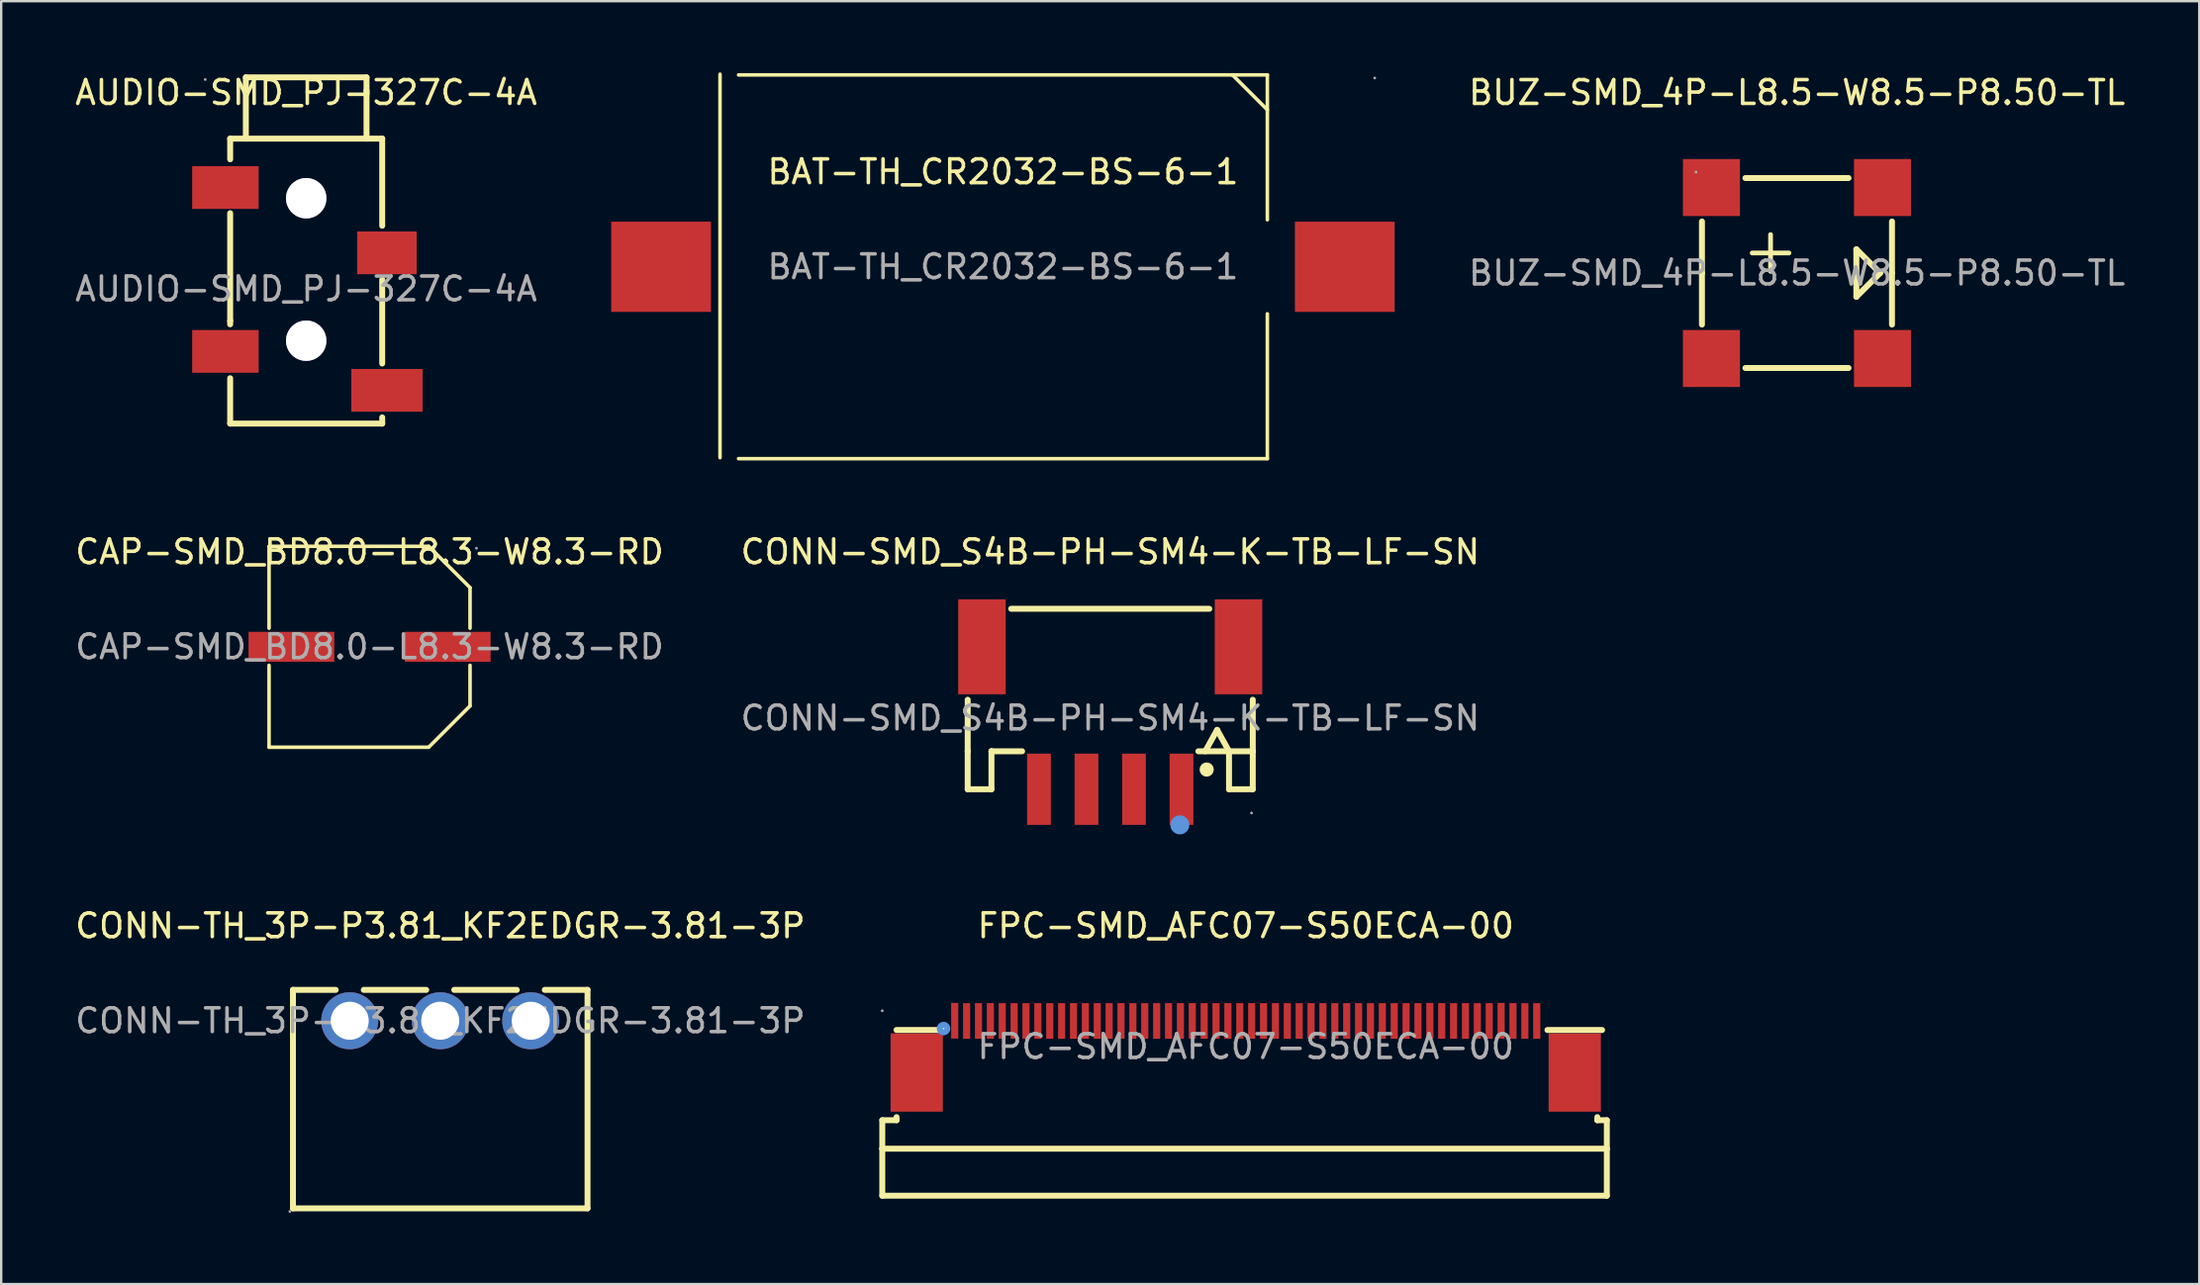
<source format=kicad_pcb>
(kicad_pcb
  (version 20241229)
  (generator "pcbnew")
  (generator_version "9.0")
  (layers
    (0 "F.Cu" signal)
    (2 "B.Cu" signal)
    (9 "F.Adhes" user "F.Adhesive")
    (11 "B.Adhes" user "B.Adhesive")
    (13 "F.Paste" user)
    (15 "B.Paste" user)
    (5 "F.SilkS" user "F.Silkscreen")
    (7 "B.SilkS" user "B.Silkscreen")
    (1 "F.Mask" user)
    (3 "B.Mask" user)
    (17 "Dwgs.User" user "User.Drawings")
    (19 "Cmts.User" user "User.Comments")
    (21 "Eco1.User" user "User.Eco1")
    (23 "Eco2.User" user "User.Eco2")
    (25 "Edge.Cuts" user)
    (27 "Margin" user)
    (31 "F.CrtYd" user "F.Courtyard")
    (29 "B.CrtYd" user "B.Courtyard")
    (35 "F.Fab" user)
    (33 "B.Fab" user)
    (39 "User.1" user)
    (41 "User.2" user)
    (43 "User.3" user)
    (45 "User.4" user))
  (footprint "FPC-SMD_AFC07-S50ECA-00"
    (layer "F.Cu")
    (at 49.389 41.026)
    (property "Reference" "FPC-SMD_AFC07-S50ECA-00" (at 0 -5.09 0) (layer "F.SilkS") (effects (font (size 1 1) (thickness 0.15))))
    (attr through_hole)
    (fp_line (start -15.3 3.1) (end -15.3 4.3) (stroke (width 0.25) (type solid)) (layer "F.SilkS"))
    (fp_line (start -15.3 4.3) (end -15.3 6.28) (stroke (width 0.25) (type solid)) (layer "F.SilkS"))
    (fp_line (start -15.3 4.3) (end 15.2 4.3) (stroke (width 0.25) (type solid)) (layer "F.SilkS"))
    (fp_line (start -15.3 6.28) (end 15.2 6.28) (stroke (width 0.25) (type solid)) (layer "F.SilkS"))
    (fp_line (start -14.7 -0.7) (end -12.63 -0.7) (stroke (width 0.25) (type solid)) (layer "F.SilkS"))
    (fp_line (start -14.7 2.97) (end -14.7 3.1) (stroke (width 0.25) (type solid)) (layer "F.SilkS"))
    (fp_line (start -14.7 3.1) (end -15.3 3.1) (stroke (width 0.25) (type solid)) (layer "F.SilkS"))
    (fp_line (start 12.7 -0.7) (end 15 -0.7) (stroke (width 0.25) (type solid)) (layer "F.SilkS"))
    (fp_line (start 14.8 2.97) (end 14.8 3.1) (stroke (width 0.25) (type solid)) (layer "F.SilkS"))
    (fp_line (start 14.8 3.1) (end 15.2 3.1) (stroke (width 0.25) (type solid)) (layer "F.SilkS"))
    (fp_line (start 15.2 3.1) (end 15.2 4.3) (stroke (width 0.25) (type solid)) (layer "F.SilkS"))
    (fp_line (start 15.2 4.3) (end 15.2 6.28) (stroke (width 0.25) (type solid)) (layer "F.SilkS"))
    (fp_circle (center -12.72 -0.76) (end -12.56 -0.76) (stroke (width 0.25) (type solid)) (fill no) (layer "Cmts.User"))
    (fp_circle (center -15.3 -1.51) (end -15.27 -1.51) (stroke (width 0.06) (type solid)) (fill no) (layer "F.Fab"))
    (fp_text user "${REFERENCE}" (at 0 0 0) (layer "F.Fab") (effects (font (size 1 1) (thickness 0.15))))
    (pad "1" smd rect (at -12.25 -1.09) (size 0.3 1.5) (layers "F.Cu" "F.Mask" "F.Paste"))
    (pad "2" smd rect (at -11.75 -1.08) (size 0.3 1.5) (layers "F.Cu" "F.Mask" "F.Paste"))
    (pad "3" smd rect (at -11.25 -1.08) (size 0.3 1.5) (layers "F.Cu" "F.Mask" "F.Paste"))
    (pad "4" smd rect (at -10.75 -1.08) (size 0.3 1.5) (layers "F.Cu" "F.Mask" "F.Paste"))
    (pad "5" smd rect (at -10.25 -1.08) (size 0.3 1.5) (layers "F.Cu" "F.Mask" "F.Paste"))
    (pad "6" smd rect (at -9.75 -1.08) (size 0.3 1.5) (layers "F.Cu" "F.Mask" "F.Paste"))
    (pad "7" smd rect (at -9.25 -1.08) (size 0.3 1.5) (layers "F.Cu" "F.Mask" "F.Paste"))
    (pad "8" smd rect (at -8.75 -1.08) (size 0.3 1.5) (layers "F.Cu" "F.Mask" "F.Paste"))
    (pad "9" smd rect (at -8.25 -1.08) (size 0.3 1.5) (layers "F.Cu" "F.Mask" "F.Paste"))
    (pad "10" smd rect (at -7.75 -1.08) (size 0.3 1.5) (layers "F.Cu" "F.Mask" "F.Paste"))
    (pad "11" smd rect (at -7.25 -1.08) (size 0.3 1.5) (layers "F.Cu" "F.Mask" "F.Paste"))
    (pad "12" smd rect (at -6.75 -1.08) (size 0.3 1.5) (layers "F.Cu" "F.Mask" "F.Paste"))
    (pad "13" smd rect (at -6.25 -1.08) (size 0.3 1.5) (layers "F.Cu" "F.Mask" "F.Paste"))
    (pad "14" smd rect (at -5.75 -1.08) (size 0.3 1.5) (layers "F.Cu" "F.Mask" "F.Paste"))
    (pad "15" smd rect (at -5.25 -1.08) (size 0.3 1.5) (layers "F.Cu" "F.Mask" "F.Paste"))
    (pad "16" smd rect (at -4.75 -1.08) (size 0.3 1.5) (layers "F.Cu" "F.Mask" "F.Paste"))
    (pad "17" smd rect (at -4.25 -1.08) (size 0.3 1.5) (layers "F.Cu" "F.Mask" "F.Paste"))
    (pad "18" smd rect (at -3.75 -1.08) (size 0.3 1.5) (layers "F.Cu" "F.Mask" "F.Paste"))
    (pad "19" smd rect (at -3.25 -1.08) (size 0.3 1.5) (layers "F.Cu" "F.Mask" "F.Paste"))
    (pad "20" smd rect (at -2.75 -1.08) (size 0.3 1.5) (layers "F.Cu" "F.Mask" "F.Paste"))
    (pad "21" smd rect (at -2.25 -1.08) (size 0.3 1.5) (layers "F.Cu" "F.Mask" "F.Paste"))
    (pad "22" smd rect (at -1.75 -1.08) (size 0.3 1.5) (layers "F.Cu" "F.Mask" "F.Paste"))
    (pad "23" smd rect (at -1.25 -1.08) (size 0.3 1.5) (layers "F.Cu" "F.Mask" "F.Paste"))
    (pad "24" smd rect (at -0.75 -1.08) (size 0.3 1.5) (layers "F.Cu" "F.Mask" "F.Paste"))
    (pad "25" smd rect (at -0.25 -1.08) (size 0.3 1.5) (layers "F.Cu" "F.Mask" "F.Paste"))
    (pad "26" smd rect (at 0.25 -1.08) (size 0.3 1.5) (layers "F.Cu" "F.Mask" "F.Paste"))
    (pad "27" smd rect (at 0.75 -1.08) (size 0.3 1.5) (layers "F.Cu" "F.Mask" "F.Paste"))
    (pad "28" smd rect (at 1.25 -1.08) (size 0.3 1.5) (layers "F.Cu" "F.Mask" "F.Paste"))
    (pad "29" smd rect (at 1.75 -1.08) (size 0.3 1.5) (layers "F.Cu" "F.Mask" "F.Paste"))
    (pad "30" smd rect (at 2.25 -1.08) (size 0.3 1.5) (layers "F.Cu" "F.Mask" "F.Paste"))
    (pad "31" smd rect (at 2.75 -1.08) (size 0.3 1.5) (layers "F.Cu" "F.Mask" "F.Paste"))
    (pad "32" smd rect (at 3.25 -1.08) (size 0.3 1.5) (layers "F.Cu" "F.Mask" "F.Paste"))
    (pad "33" smd rect (at 3.75 -1.08) (size 0.3 1.5) (layers "F.Cu" "F.Mask" "F.Paste"))
    (pad "34" smd rect (at 4.25 -1.08) (size 0.3 1.5) (layers "F.Cu" "F.Mask" "F.Paste"))
    (pad "35" smd rect (at 4.75 -1.08) (size 0.3 1.5) (layers "F.Cu" "F.Mask" "F.Paste"))
    (pad "36" smd rect (at 5.25 -1.08) (size 0.3 1.5) (layers "F.Cu" "F.Mask" "F.Paste"))
    (pad "37" smd rect (at 5.75 -1.08) (size 0.3 1.5) (layers "F.Cu" "F.Mask" "F.Paste"))
    (pad "38" smd rect (at 6.25 -1.08) (size 0.3 1.5) (layers "F.Cu" "F.Mask" "F.Paste"))
    (pad "39" smd rect (at 6.75 -1.08) (size 0.3 1.5) (layers "F.Cu" "F.Mask" "F.Paste"))
    (pad "40" smd rect (at 7.25 -1.08) (size 0.3 1.5) (layers "F.Cu" "F.Mask" "F.Paste"))
    (pad "41" smd rect (at 7.75 -1.09) (size 0.3 1.5) (layers "F.Cu" "F.Mask" "F.Paste"))
    (pad "42" smd rect (at 8.25 -1.08) (size 0.3 1.5) (layers "F.Cu" "F.Mask" "F.Paste"))
    (pad "43" smd rect (at 8.75 -1.08) (size 0.3 1.5) (layers "F.Cu" "F.Mask" "F.Paste"))
    (pad "44" smd rect (at 9.25 -1.08) (size 0.3 1.5) (layers "F.Cu" "F.Mask" "F.Paste"))
    (pad "45" smd rect (at 9.75 -1.08) (size 0.3 1.5) (layers "F.Cu" "F.Mask" "F.Paste"))
    (pad "46" smd rect (at 10.25 -1.08) (size 0.3 1.5) (layers "F.Cu" "F.Mask" "F.Paste"))
    (pad "47" smd rect (at 10.75 -1.09) (size 0.3 1.5) (layers "F.Cu" "F.Mask" "F.Paste"))
    (pad "48" smd rect (at 11.25 -1.08) (size 0.3 1.5) (layers "F.Cu" "F.Mask" "F.Paste"))
    (pad "49" smd rect (at 11.75 -1.08) (size 0.3 1.5) (layers "F.Cu" "F.Mask" "F.Paste"))
    (pad "50" smd rect (at 12.25 -1.08) (size 0.3 1.5) (layers "F.Cu" "F.Mask" "F.Paste"))
    (pad "51" smd rect (at 13.85 1.09 180) (size 2.2 3.3) (layers "F.Cu" "F.Mask" "F.Paste"))
    (pad "52" smd rect (at -13.85 1.09) (size 2.2 3.3) (layers "F.Cu" "F.Mask" "F.Paste")))
  (footprint "CONN-TH_3P-P3.81_KF2EDGR-3.81-3P"
    (layer "F.Cu")
    (at 15.482 39.937)
    (property "Reference" "CONN-TH_3P-P3.81_KF2EDGR-3.81-3P" (at 0 -4 0) (layer "F.SilkS") (effects (font (size 1 1) (thickness 0.15))))
    (attr through_hole)
    (fp_line (start -6.2 -1.3) (end -6.2 7.9) (stroke (width 0.25) (type solid)) (layer "F.SilkS"))
    (fp_line (start -6.2 -1.3) (end -4.4 -1.3) (stroke (width 0.25) (type solid)) (layer "F.SilkS"))
    (fp_line (start -6.2 7.9) (end 6.2 7.9) (stroke (width 0.25) (type solid)) (layer "F.SilkS"))
    (fp_line (start -3.22 -1.3) (end -0.59 -1.3) (stroke (width 0.25) (type solid)) (layer "F.SilkS"))
    (fp_line (start 0.59 -1.3) (end 3.22 -1.3) (stroke (width 0.25) (type solid)) (layer "F.SilkS"))
    (fp_line (start 4.4 -1.3) (end 6.2 -1.3) (stroke (width 0.25) (type solid)) (layer "F.SilkS"))
    (fp_line (start 6.2 -1.3) (end 6.2 7.9) (stroke (width 0.25) (type solid)) (layer "F.SilkS"))
    (fp_circle (center -6.33 8.03) (end -6.3 8.03) (stroke (width 0.06) (type solid)) (fill no) (layer "F.Fab"))
    (fp_circle (center -3.81 0) (end -3.46 0) (stroke (width 0.7) (type solid)) (fill no) (layer "F.Fab"))
    (fp_circle (center 0 0) (end 0.35 0) (stroke (width 0.7) (type solid)) (fill no) (layer "F.Fab"))
    (fp_circle (center 3.81 0) (end 4.16 0) (stroke (width 0.7) (type solid)) (fill no) (layer "F.Fab"))
    (fp_text user "${REFERENCE}" (at 0 0 0) (layer "F.Fab") (effects (font (size 1 1) (thickness 0.15))))
    (pad "1" thru_hole circle (at -3.81 0) (size 2.4 2.4) (drill 1.6) (layers "*.Cu" "*.Paste" "*.Mask"))
    (pad "2" thru_hole circle (at 0 0) (size 2.4 2.4) (drill 1.6) (layers "*.Cu" "*.Paste" "*.Mask"))
    (pad "3" thru_hole circle (at 3.81 0) (size 2.4 2.4) (drill 1.6) (layers "*.Cu" "*.Paste" "*.Mask")))
  (footprint "AUDIO-SMD_PJ-327C-4A"
    (layer "F.Cu")
    (at 9.839 9.118)
    (property "Reference" "AUDIO-SMD_PJ-327C-4A" (at 0 -8.27 0) (layer "F.SilkS") (effects (font (size 1 1) (thickness 0.15))))
    (attr through_hole)
    (fp_line (start -3.2 -6.33) (end 3.2 -6.33) (stroke (width 0.25) (type solid)) (layer "F.SilkS"))
    (fp_line (start -3.2 -5.46) (end -3.2 -6.33) (stroke (width 0.25) (type solid)) (layer "F.SilkS"))
    (fp_line (start -3.2 1.34) (end -3.2 -3.19) (stroke (width 0.25) (type solid)) (layer "F.SilkS"))
    (fp_line (start -3.2 1.34) (end -3.2 1.49) (stroke (width 0.25) (type solid)) (layer "F.SilkS"))
    (fp_line (start -3.2 3.76) (end -3.2 5.67) (stroke (width 0.25) (type solid)) (layer "F.SilkS"))
    (fp_line (start -3.2 5.67) (end 3.2 5.67) (stroke (width 0.25) (type solid)) (layer "F.SilkS"))
    (fp_line (start -2.54 -8.91) (end -2.54 -8.36) (stroke (width 0.25) (type solid)) (layer "F.SilkS"))
    (fp_line (start -2.54 -8.91) (end 2.54 -8.91) (stroke (width 0.25) (type solid)) (layer "F.SilkS"))
    (fp_line (start -2.54 -8.36) (end -2.54 -6.33) (stroke (width 0.25) (type solid)) (layer "F.SilkS"))
    (fp_line (start 2.54 -8.91) (end 2.54 -8.21) (stroke (width 0.25) (type solid)) (layer "F.SilkS"))
    (fp_line (start 2.54 -8.36) (end 2.54 -6.33) (stroke (width 0.25) (type solid)) (layer "F.SilkS"))
    (fp_line (start 3.2 -6.33) (end 3.2 -2.66) (stroke (width 0.25) (type solid)) (layer "F.SilkS"))
    (fp_line (start 3.2 -0.39) (end 3.2 3.14) (stroke (width 0.25) (type solid)) (layer "F.SilkS"))
    (fp_line (start 3.2 5.41) (end 3.2 5.67) (stroke (width 0.25) (type solid)) (layer "F.SilkS"))
    (fp_circle (center -4.25 -8.82) (end -4.22 -8.82) (stroke (width 0.06) (type solid)) (fill no) (layer "F.Fab"))
    (fp_text user "${REFERENCE}" (at 0 0 0) (layer "F.Fab") (effects (font (size 1 1) (thickness 0.15))))
    (pad "" thru_hole circle (at 0 -3.82) (size 1.7 1.7) (drill 1.7) (layers "*.Cu" "*.Mask"))
    (pad "" thru_hole circle (at 0 2.18) (size 1.7 1.7) (drill 1.7) (layers "*.Cu" "*.Mask"))
    (pad "1" smd rect (at -3.4 -4.27 90) (size 1.8 2.8) (layers "F.Cu" "F.Mask" "F.Paste"))
    (pad "2" smd rect (at -3.4 2.63 90) (size 1.8 2.8) (layers "F.Cu" "F.Mask" "F.Paste"))
    (pad "3" smd rect (at 3.4 -1.52 90) (size 1.8 2.5) (layers "F.Cu" "F.Mask" "F.Paste"))
    (pad "4" smd rect (at 3.4 4.27 90) (size 1.8 3) (layers "F.Cu" "F.Mask" "F.Paste")))
  (footprint "CAP-SMD_BD8.0-L8.3-W8.3-RD"
    (layer "F.Cu")
    (at 12.506 24.188)
    (property "Reference" "CAP-SMD_BD8.0-L8.3-W8.3-RD" (at 0 -4 0) (layer "F.SilkS") (effects (font (size 1 1) (thickness 0.15))))
    (attr through_hole)
    (fp_line (start -4.23 -4.23) (end 2.49 -4.23) (stroke (width 0.15) (type solid)) (layer "F.SilkS"))
    (fp_line (start -4.23 -0.78) (end -4.23 -4.23) (stroke (width 0.15) (type solid)) (layer "F.SilkS"))
    (fp_line (start -4.23 0.78) (end -4.23 4.23) (stroke (width 0.15) (type solid)) (layer "F.SilkS"))
    (fp_line (start -4.23 4.23) (end 2.49 4.23) (stroke (width 0.15) (type solid)) (layer "F.SilkS"))
    (fp_line (start 2.49 -4.23) (end 4.23 -2.49) (stroke (width 0.15) (type solid)) (layer "F.SilkS"))
    (fp_line (start 2.49 4.23) (end 4.23 2.49) (stroke (width 0.15) (type solid)) (layer "F.SilkS"))
    (fp_line (start 4.23 -2.49) (end 4.23 -0.78) (stroke (width 0.15) (type solid)) (layer "F.SilkS"))
    (fp_line (start 4.23 2.49) (end 4.23 0.78) (stroke (width 0.15) (type solid)) (layer "F.SilkS"))
    (fp_circle (center 4.5 -4.15) (end 4.53 -4.15) (stroke (width 0.06) (type solid)) (fill no) (layer "F.Fab"))
    (fp_text user "${REFERENCE}" (at 0 0 0) (layer "F.Fab") (effects (font (size 1 1) (thickness 0.15))))
    (pad "1" smd rect (at 3.29 0 180) (size 3.61 1.26) (layers "F.Cu" "F.Mask" "F.Paste"))
    (pad "2" smd rect (at -3.29 0 180) (size 3.61 1.26) (layers "F.Cu" "F.Mask" "F.Paste")))
  (footprint "CONN-SMD_S4B-PH-SM4-K-TB-LF-SN"
    (layer "F.Cu")
    (at 43.685 27.188)
    (property "Reference" "CONN-SMD_S4B-PH-SM4-K-TB-LF-SN" (at 0 -7 0) (layer "F.SilkS") (effects (font (size 1 1) (thickness 0.15))))
    (attr through_hole)
    (fp_line (start -6 1.4) (end -6 -0.77) (stroke (width 0.25) (type solid)) (layer "F.SilkS"))
    (fp_line (start -6 1.4) (end -6 1.4) (stroke (width 0.25) (type solid)) (layer "F.SilkS"))
    (fp_line (start -6 3) (end -6 1.4) (stroke (width 0.25) (type solid)) (layer "F.SilkS"))
    (fp_line (start -5 1.4) (end -5 1.4) (stroke (width 0.25) (type solid)) (layer "F.SilkS"))
    (fp_line (start -5 1.4) (end -5 3) (stroke (width 0.25) (type solid)) (layer "F.SilkS"))
    (fp_line (start -5 3) (end -6 3) (stroke (width 0.25) (type solid)) (layer "F.SilkS"))
    (fp_line (start -4.17 -4.6) (end 4.17 -4.6) (stroke (width 0.25) (type solid)) (layer "F.SilkS"))
    (fp_line (start -3.71 1.4) (end -5 1.4) (stroke (width 0.25) (type solid)) (layer "F.SilkS"))
    (fp_line (start 4 1.4) (end 4.5 0.5) (stroke (width 0.25) (type solid)) (layer "F.SilkS"))
    (fp_line (start 4.5 0.5) (end 5 1.4) (stroke (width 0.25) (type solid)) (layer "F.SilkS"))
    (fp_line (start 5 3) (end 5 1.4) (stroke (width 0.25) (type solid)) (layer "F.SilkS"))
    (fp_line (start 6 1.4) (end 3.71 1.4) (stroke (width 0.25) (type solid)) (layer "F.SilkS"))
    (fp_line (start 6 1.4) (end 6 -0.77) (stroke (width 0.25) (type solid)) (layer "F.SilkS"))
    (fp_line (start 6 1.4) (end 6 1.4) (stroke (width 0.25) (type solid)) (layer "F.SilkS"))
    (fp_line (start 6 1.4) (end 6 3) (stroke (width 0.25) (type solid)) (layer "F.SilkS"))
    (fp_line (start 6 3) (end 5 3) (stroke (width 0.25) (type solid)) (layer "F.SilkS"))
    (fp_circle (center 4.06 2.17) (end 4.21 2.17) (stroke (width 0.3) (type solid)) (fill no) (layer "F.SilkS"))
    (fp_circle (center 2.93 4.5) (end 3.13 4.5) (stroke (width 0.4) (type solid)) (fill no) (layer "Cmts.User"))
    (fp_circle (center 5.95 4) (end 5.98 4) (stroke (width 0.06) (type solid)) (fill no) (layer "F.Fab"))
    (fp_text user "${REFERENCE}" (at 0 0 0) (layer "F.Fab") (effects (font (size 1 1) (thickness 0.15))))
    (pad "1" smd rect (at 3 3 90) (size 3 1) (layers "F.Cu" "F.Mask" "F.Paste"))
    (pad "2" smd rect (at 1 3 90) (size 3 1) (layers "F.Cu" "F.Mask" "F.Paste"))
    (pad "3" smd rect (at -1 3 90) (size 3 1) (layers "F.Cu" "F.Mask" "F.Paste"))
    (pad "4" smd rect (at -3 3 90) (size 3 1) (layers "F.Cu" "F.Mask" "F.Paste"))
    (pad "5" smd rect (at -5.4 -3 90) (size 4 2) (layers "F.Cu" "F.Mask" "F.Paste"))
    (pad "6" smd rect (at 5.4 -3 90) (size 4 2) (layers "F.Cu" "F.Mask" "F.Paste")))
  (footprint "BUZ-SMD_4P-L8.5-W8.5-P8.50-TL"
    (layer "F.Cu")
    (at 72.593 8.448)
    (property "Reference" "BUZ-SMD_4P-L8.5-W8.5-P8.50-TL" (at 0 -7.6 0) (layer "F.SilkS") (effects (font (size 1 1) (thickness 0.15))))
    (attr through_hole)
    (fp_line (start -4 0) (end -4 -2.17) (stroke (width 0.25) (type solid)) (layer "F.SilkS"))
    (fp_line (start -4 0) (end -4 2.17) (stroke (width 0.25) (type solid)) (layer "F.SilkS"))
    (fp_line (start 0 -4) (end -2.17 -4) (stroke (width 0.25) (type solid)) (layer "F.SilkS"))
    (fp_line (start 0 -4) (end 2.17 -4) (stroke (width 0.25) (type solid)) (layer "F.SilkS"))
    (fp_line (start 0 4) (end -2.17 4) (stroke (width 0.25) (type solid)) (layer "F.SilkS"))
    (fp_line (start 0 4) (end 2.17 4) (stroke (width 0.25) (type solid)) (layer "F.SilkS"))
    (fp_line (start 2.5 -1) (end 2.5 1) (stroke (width 0.25) (type solid)) (layer "F.SilkS"))
    (fp_line (start 2.5 1) (end 3.5 0) (stroke (width 0.25) (type solid)) (layer "F.SilkS"))
    (fp_line (start 3.5 0) (end 2.5 -1) (stroke (width 0.25) (type solid)) (layer "F.SilkS"))
    (fp_line (start 4 0) (end 4 -2.17) (stroke (width 0.25) (type solid)) (layer "F.SilkS"))
    (fp_line (start 4 0) (end 4 2.17) (stroke (width 0.25) (type solid)) (layer "F.SilkS"))
    (fp_circle (center -4.25 -4.25) (end -4.22 -4.25) (stroke (width 0.06) (type solid)) (fill no) (layer "F.Fab"))
    (fp_text user "+" (at -2.5 -1 0) (layer "F.SilkS") (effects (font (size 2.03 2.03) (thickness 0.2)) (justify left)))
    (fp_text user "${REFERENCE}" (at 0 0 0) (layer "F.Fab") (effects (font (size 1 1) (thickness 0.15))))
    (pad "1" smd rect (at -3.6 -3.6 270) (size 2.4 2.4) (layers "F.Cu" "F.Mask" "F.Paste"))
    (pad "2" smd rect (at -3.6 3.6 270) (size 2.4 2.4) (layers "F.Cu" "F.Mask" "F.Paste"))
    (pad "3" smd rect (at 3.6 3.6 270) (size 2.4 2.4) (layers "F.Cu" "F.Mask" "F.Paste"))
    (pad "4" smd rect (at 3.6 -3.6 270) (size 2.4 2.4) (layers "F.Cu" "F.Mask" "F.Paste")))
  (footprint "BAT-TH_CR2032-BS-6-1"
    (layer "F.Cu")
    (at 39.169 8.185)
    (property "Reference" "BAT-TH_CR2032-BS-6-1" (at 0 -4 0) (layer "F.SilkS") (effects (font (size 1 1) (thickness 0.15))))
    (attr through_hole)
    (fp_line (start -11.91 -8.11) (end -11.91 8.04) (stroke (width 0.15) (type solid)) (layer "F.SilkS"))
    (fp_line (start -11.13 -8.08) (end 11.13 -8.08) (stroke (width 0.15) (type solid)) (layer "F.SilkS"))
    (fp_line (start -11.13 8.08) (end 11.13 8.08) (stroke (width 0.15) (type solid)) (layer "F.SilkS"))
    (fp_line (start 9.64 -8.08) (end 9.66 -8.08) (stroke (width 0.15) (type solid)) (layer "F.SilkS"))
    (fp_line (start 9.66 -8.08) (end 11.13 -6.61) (stroke (width 0.15) (type solid)) (layer "F.SilkS"))
    (fp_line (start 11.13 -8.08) (end 11.13 -1.98) (stroke (width 0.15) (type solid)) (layer "F.SilkS"))
    (fp_line (start 11.13 8.08) (end 11.13 1.98) (stroke (width 0.15) (type solid)) (layer "F.SilkS"))
    (fp_circle (center 15.65 -7.95) (end 15.68 -7.95) (stroke (width 0.06) (type solid)) (fill no) (layer "F.Fab"))
    (fp_text user "${REFERENCE}" (at 0 0 0) (layer "F.Fab") (effects (font (size 1 1) (thickness 0.15))))
    (pad "1" smd rect (at 14.39 0) (size 4.2 3.8) (layers "F.Cu" "F.Mask" "F.Paste"))
    (pad "2" smd rect (at -14.39 0) (size 4.2 3.8) (layers "F.Cu" "F.Mask" "F.Paste")))
  (gr_rect
    (start -3 -3)
    (end 89.528 51.026)
    (stroke (width 0.1) (type default))
    (fill no)
    (layer "Edge.Cuts")))
</source>
